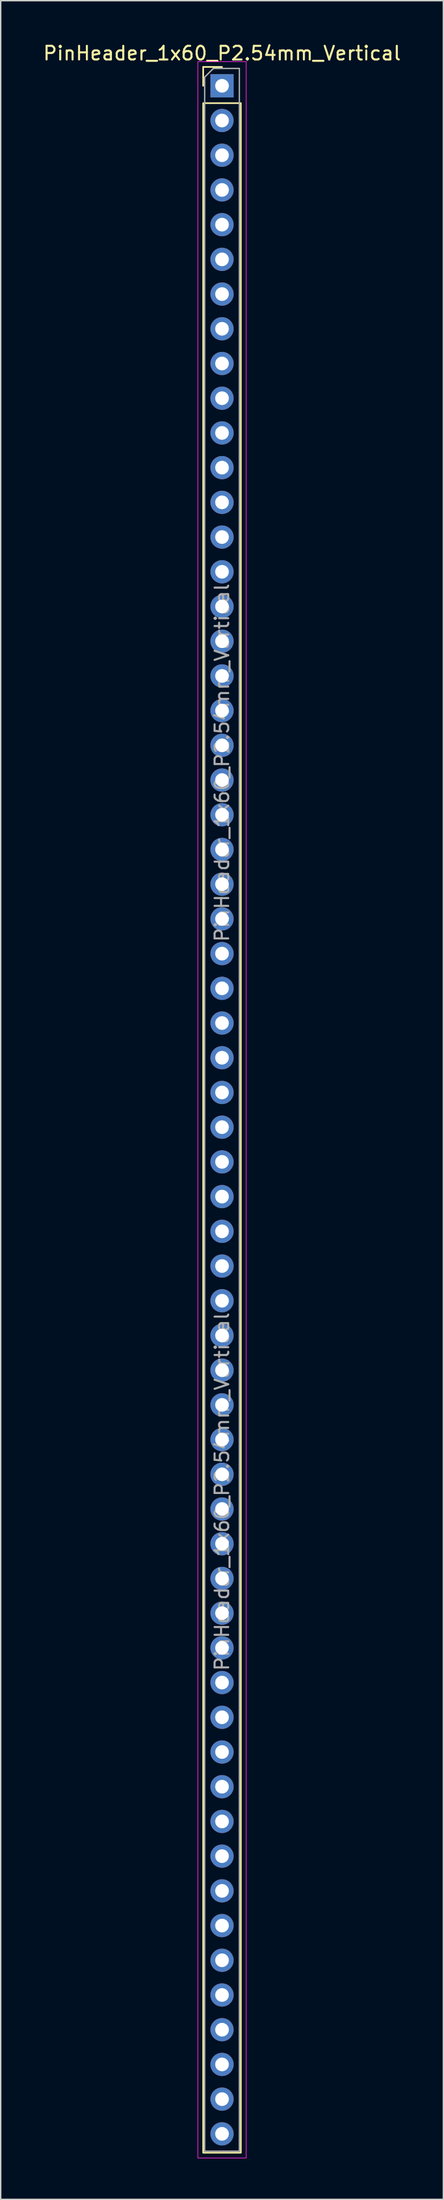
<source format=kicad_pcb>
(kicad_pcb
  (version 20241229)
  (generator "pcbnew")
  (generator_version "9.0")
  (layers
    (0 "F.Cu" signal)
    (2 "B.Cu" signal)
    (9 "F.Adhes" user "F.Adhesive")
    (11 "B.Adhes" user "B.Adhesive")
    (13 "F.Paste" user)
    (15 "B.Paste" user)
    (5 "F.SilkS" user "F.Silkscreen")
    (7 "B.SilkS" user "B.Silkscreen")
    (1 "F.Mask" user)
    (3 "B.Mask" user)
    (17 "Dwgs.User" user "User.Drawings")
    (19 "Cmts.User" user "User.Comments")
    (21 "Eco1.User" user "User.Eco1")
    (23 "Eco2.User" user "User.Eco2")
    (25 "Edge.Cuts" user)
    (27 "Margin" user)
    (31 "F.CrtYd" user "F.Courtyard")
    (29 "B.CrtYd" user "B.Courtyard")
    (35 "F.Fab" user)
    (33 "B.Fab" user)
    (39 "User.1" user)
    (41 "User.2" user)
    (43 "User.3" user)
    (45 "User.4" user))
  (footprint "PinHeader_1x60_P2.54mm_Vertical"
    (layer "F.Cu")
    (at 13.22 3.228)
    (property "Reference" "PinHeader_1x60_P2.54mm_Vertical" (at 0 -2.38 0) (layer "F.SilkS") (effects (font (size 1 1) (thickness 0.15))))
    (attr through_hole)
    (fp_line (start -1.38 -1.38) (end 0 -1.38) (stroke (width 0.12) (type solid)) (layer "F.SilkS"))
    (fp_line (start -1.38 0) (end -1.38 -1.38) (stroke (width 0.12) (type solid)) (layer "F.SilkS"))
    (fp_rect (start -1.38 1.27) (end 1.38 151.24) (stroke (width 0.12) (type solid)) (fill no) (layer "F.SilkS"))
    (fp_rect (start -1.77 -1.77) (end 1.77 151.63) (stroke (width 0.05) (type solid)) (fill no) (layer "F.CrtYd"))
    (fp_line (start -1.27 -0.635) (end -0.635 -1.27) (stroke (width 0.1) (type solid)) (layer "F.Fab"))
    (fp_line (start -1.27 151.13) (end -1.27 -0.635) (stroke (width 0.1) (type solid)) (layer "F.Fab"))
    (fp_line (start -0.635 -1.27) (end 1.27 -1.27) (stroke (width 0.1) (type solid)) (layer "F.Fab"))
    (fp_line (start 1.27 -1.27) (end 1.27 151.13) (stroke (width 0.1) (type solid)) (layer "F.Fab"))
    (fp_line (start 1.27 151.13) (end -1.27 151.13) (stroke (width 0.1) (type solid)) (layer "F.Fab"))
    (fp_text user "${REFERENCE}" (at 0 49.53 90) (layer "F.Fab") (effects (font (size 1 1) (thickness 0.15))))
    (fp_text user "${REFERENCE}" (at 0 102.87 90) (layer "F.Fab") (effects (font (size 1 1) (thickness 0.15))))
    (pad "1" thru_hole rect (at 0 0) (size 1.7 1.7) (drill 1) (layers "*.Cu" "*.Mask"))
    (pad "2" thru_hole circle (at 0 2.54) (size 1.7 1.7) (drill 1) (layers "*.Cu" "*.Mask"))
    (pad "3" thru_hole circle (at 0 5.08) (size 1.7 1.7) (drill 1) (layers "*.Cu" "*.Mask"))
    (pad "4" thru_hole circle (at 0 7.62) (size 1.7 1.7) (drill 1) (layers "*.Cu" "*.Mask"))
    (pad "5" thru_hole circle (at 0 10.16) (size 1.7 1.7) (drill 1) (layers "*.Cu" "*.Mask"))
    (pad "6" thru_hole circle (at 0 12.7) (size 1.7 1.7) (drill 1) (layers "*.Cu" "*.Mask"))
    (pad "7" thru_hole circle (at 0 15.24) (size 1.7 1.7) (drill 1) (layers "*.Cu" "*.Mask"))
    (pad "8" thru_hole circle (at 0 17.78) (size 1.7 1.7) (drill 1) (layers "*.Cu" "*.Mask"))
    (pad "9" thru_hole circle (at 0 20.32) (size 1.7 1.7) (drill 1) (layers "*.Cu" "*.Mask"))
    (pad "10" thru_hole circle (at 0 22.86) (size 1.7 1.7) (drill 1) (layers "*.Cu" "*.Mask"))
    (pad "11" thru_hole circle (at 0 25.4) (size 1.7 1.7) (drill 1) (layers "*.Cu" "*.Mask"))
    (pad "12" thru_hole circle (at 0 27.94) (size 1.7 1.7) (drill 1) (layers "*.Cu" "*.Mask"))
    (pad "13" thru_hole circle (at 0 30.48) (size 1.7 1.7) (drill 1) (layers "*.Cu" "*.Mask"))
    (pad "14" thru_hole circle (at 0 33.02) (size 1.7 1.7) (drill 1) (layers "*.Cu" "*.Mask"))
    (pad "15" thru_hole circle (at 0 35.56) (size 1.7 1.7) (drill 1) (layers "*.Cu" "*.Mask"))
    (pad "16" thru_hole circle (at 0 38.1) (size 1.7 1.7) (drill 1) (layers "*.Cu" "*.Mask"))
    (pad "17" thru_hole circle (at 0 40.64) (size 1.7 1.7) (drill 1) (layers "*.Cu" "*.Mask"))
    (pad "18" thru_hole circle (at 0 43.18) (size 1.7 1.7) (drill 1) (layers "*.Cu" "*.Mask"))
    (pad "19" thru_hole circle (at 0 45.72) (size 1.7 1.7) (drill 1) (layers "*.Cu" "*.Mask"))
    (pad "20" thru_hole circle (at 0 48.26) (size 1.7 1.7) (drill 1) (layers "*.Cu" "*.Mask"))
    (pad "21" thru_hole circle (at 0 50.8) (size 1.7 1.7) (drill 1) (layers "*.Cu" "*.Mask"))
    (pad "22" thru_hole circle (at 0 53.34) (size 1.7 1.7) (drill 1) (layers "*.Cu" "*.Mask"))
    (pad "23" thru_hole circle (at 0 55.88) (size 1.7 1.7) (drill 1) (layers "*.Cu" "*.Mask"))
    (pad "24" thru_hole circle (at 0 58.42) (size 1.7 1.7) (drill 1) (layers "*.Cu" "*.Mask"))
    (pad "25" thru_hole circle (at 0 60.96) (size 1.7 1.7) (drill 1) (layers "*.Cu" "*.Mask"))
    (pad "26" thru_hole circle (at 0 63.5) (size 1.7 1.7) (drill 1) (layers "*.Cu" "*.Mask"))
    (pad "27" thru_hole circle (at 0 66.04) (size 1.7 1.7) (drill 1) (layers "*.Cu" "*.Mask"))
    (pad "28" thru_hole circle (at 0 68.58) (size 1.7 1.7) (drill 1) (layers "*.Cu" "*.Mask"))
    (pad "29" thru_hole circle (at 0 71.12) (size 1.7 1.7) (drill 1) (layers "*.Cu" "*.Mask"))
    (pad "30" thru_hole circle (at 0 73.66) (size 1.7 1.7) (drill 1) (layers "*.Cu" "*.Mask"))
    (pad "31" thru_hole circle (at 0 76.2) (size 1.7 1.7) (drill 1) (layers "*.Cu" "*.Mask"))
    (pad "32" thru_hole circle (at 0 78.74) (size 1.7 1.7) (drill 1) (layers "*.Cu" "*.Mask"))
    (pad "33" thru_hole circle (at 0 81.28) (size 1.7 1.7) (drill 1) (layers "*.Cu" "*.Mask"))
    (pad "34" thru_hole circle (at 0 83.82) (size 1.7 1.7) (drill 1) (layers "*.Cu" "*.Mask"))
    (pad "35" thru_hole circle (at 0 86.36) (size 1.7 1.7) (drill 1) (layers "*.Cu" "*.Mask"))
    (pad "36" thru_hole circle (at 0 88.9) (size 1.7 1.7) (drill 1) (layers "*.Cu" "*.Mask"))
    (pad "37" thru_hole circle (at 0 91.44) (size 1.7 1.7) (drill 1) (layers "*.Cu" "*.Mask"))
    (pad "38" thru_hole circle (at 0 93.98) (size 1.7 1.7) (drill 1) (layers "*.Cu" "*.Mask"))
    (pad "39" thru_hole circle (at 0 96.52) (size 1.7 1.7) (drill 1) (layers "*.Cu" "*.Mask"))
    (pad "40" thru_hole circle (at 0 99.06) (size 1.7 1.7) (drill 1) (layers "*.Cu" "*.Mask"))
    (pad "41" thru_hole circle (at 0 101.6) (size 1.7 1.7) (drill 1) (layers "*.Cu" "*.Mask"))
    (pad "42" thru_hole circle (at 0 104.14) (size 1.7 1.7) (drill 1) (layers "*.Cu" "*.Mask"))
    (pad "43" thru_hole circle (at 0 106.68) (size 1.7 1.7) (drill 1) (layers "*.Cu" "*.Mask"))
    (pad "44" thru_hole circle (at 0 109.22) (size 1.7 1.7) (drill 1) (layers "*.Cu" "*.Mask"))
    (pad "45" thru_hole circle (at 0 111.76) (size 1.7 1.7) (drill 1) (layers "*.Cu" "*.Mask"))
    (pad "46" thru_hole circle (at 0 114.3) (size 1.7 1.7) (drill 1) (layers "*.Cu" "*.Mask"))
    (pad "47" thru_hole circle (at 0 116.84) (size 1.7 1.7) (drill 1) (layers "*.Cu" "*.Mask"))
    (pad "48" thru_hole circle (at 0 119.38) (size 1.7 1.7) (drill 1) (layers "*.Cu" "*.Mask"))
    (pad "49" thru_hole circle (at 0 121.92) (size 1.7 1.7) (drill 1) (layers "*.Cu" "*.Mask"))
    (pad "50" thru_hole circle (at 0 124.46) (size 1.7 1.7) (drill 1) (layers "*.Cu" "*.Mask"))
    (pad "51" thru_hole circle (at 0 127) (size 1.7 1.7) (drill 1) (layers "*.Cu" "*.Mask"))
    (pad "52" thru_hole circle (at 0 129.54) (size 1.7 1.7) (drill 1) (layers "*.Cu" "*.Mask"))
    (pad "53" thru_hole circle (at 0 132.08) (size 1.7 1.7) (drill 1) (layers "*.Cu" "*.Mask"))
    (pad "54" thru_hole circle (at 0 134.62) (size 1.7 1.7) (drill 1) (layers "*.Cu" "*.Mask"))
    (pad "55" thru_hole circle (at 0 137.16) (size 1.7 1.7) (drill 1) (layers "*.Cu" "*.Mask"))
    (pad "56" thru_hole circle (at 0 139.7) (size 1.7 1.7) (drill 1) (layers "*.Cu" "*.Mask"))
    (pad "57" thru_hole circle (at 0 142.24) (size 1.7 1.7) (drill 1) (layers "*.Cu" "*.Mask"))
    (pad "58" thru_hole circle (at 0 144.78) (size 1.7 1.7) (drill 1) (layers "*.Cu" "*.Mask"))
    (pad "59" thru_hole circle (at 0 147.32) (size 1.7 1.7) (drill 1) (layers "*.Cu" "*.Mask"))
    (pad "60" thru_hole circle (at 0 149.86) (size 1.7 1.7) (drill 1) (layers "*.Cu" "*.Mask")))
  (gr_rect
    (start -3 -3)
    (end 29.44 157.883)
    (stroke (width 0.1) (type default))
    (fill no)
    (layer "Edge.Cuts")))
</source>
